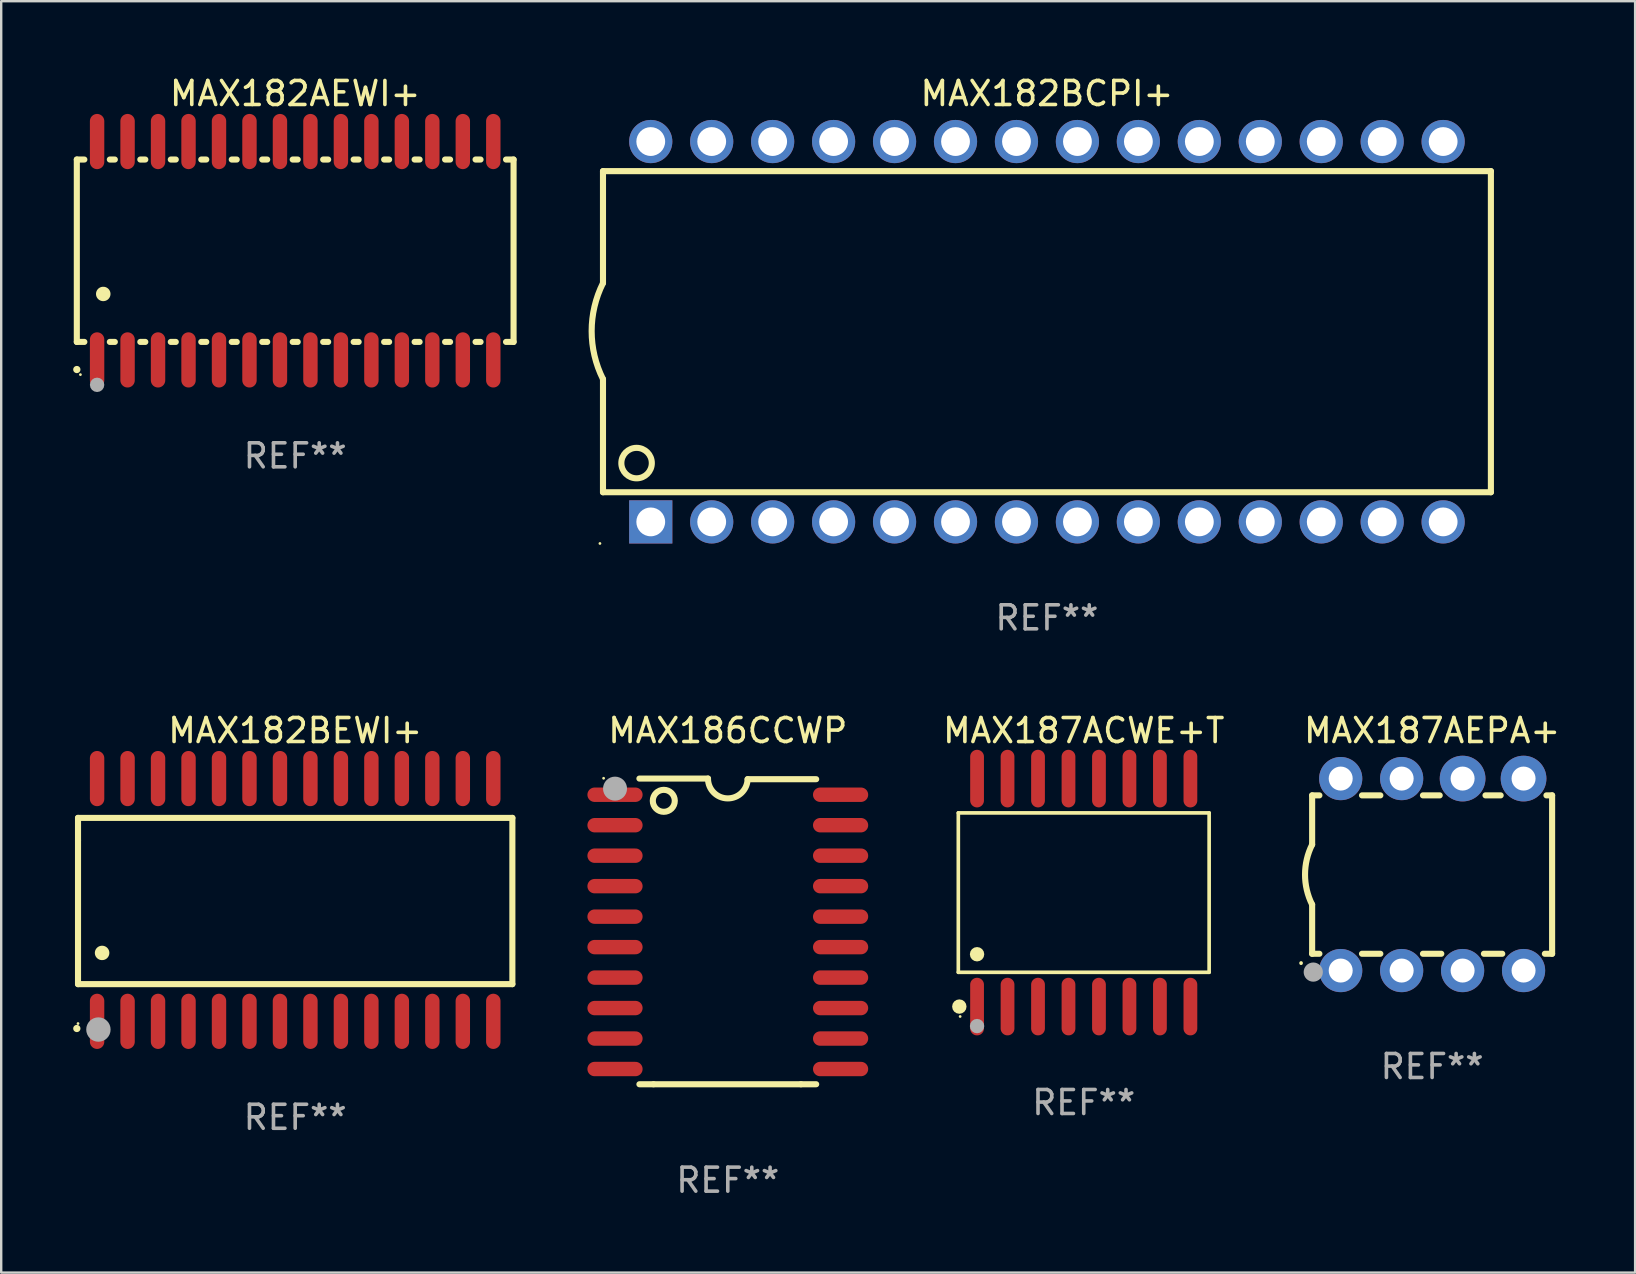
<source format=kicad_pcb>
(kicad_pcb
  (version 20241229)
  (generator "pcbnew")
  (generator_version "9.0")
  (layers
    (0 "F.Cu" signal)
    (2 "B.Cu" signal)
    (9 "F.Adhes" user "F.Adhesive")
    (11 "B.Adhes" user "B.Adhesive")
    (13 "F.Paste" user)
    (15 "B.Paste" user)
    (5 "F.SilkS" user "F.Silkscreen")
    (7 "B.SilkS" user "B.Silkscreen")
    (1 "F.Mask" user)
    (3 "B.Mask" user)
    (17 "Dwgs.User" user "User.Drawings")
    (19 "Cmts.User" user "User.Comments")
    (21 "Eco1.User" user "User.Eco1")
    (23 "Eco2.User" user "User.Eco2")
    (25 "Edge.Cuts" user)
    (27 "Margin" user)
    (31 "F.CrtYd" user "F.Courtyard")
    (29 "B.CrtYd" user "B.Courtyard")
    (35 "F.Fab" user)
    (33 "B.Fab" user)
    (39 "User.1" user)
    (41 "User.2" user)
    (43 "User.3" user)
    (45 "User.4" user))
  (footprint "MAX182AEWI+"
    (layer "F.Cu")
    (at 9.251 7.398)
    (property "Reference" "MAX182AEWI+" (at 0 -6.55 0) (layer "F.SilkS") (effects (font (size 1 1) (thickness 0.15))))
    (attr through_hole)
    (fp_line (start -9.1 -3.8) (end -9.1 3.8) (stroke (width 0.254) (type solid)) (layer "F.SilkS"))
    (fp_line (start -9.1 -3.8) (end -8.786 -3.8) (stroke (width 0.254) (type solid)) (layer "F.SilkS"))
    (fp_line (start -9.1 3.8) (end -8.786 3.8) (stroke (width 0.254) (type solid)) (layer "F.SilkS"))
    (fp_line (start -7.724 -3.8) (end -7.516 -3.8) (stroke (width 0.254) (type solid)) (layer "F.SilkS"))
    (fp_line (start -7.724 3.8) (end -7.516 3.8) (stroke (width 0.254) (type solid)) (layer "F.SilkS"))
    (fp_line (start -6.454 -3.8) (end -6.246 -3.8) (stroke (width 0.254) (type solid)) (layer "F.SilkS"))
    (fp_line (start -6.454 3.8) (end -6.246 3.8) (stroke (width 0.254) (type solid)) (layer "F.SilkS"))
    (fp_line (start -5.184 -3.8) (end -4.976 -3.8) (stroke (width 0.254) (type solid)) (layer "F.SilkS"))
    (fp_line (start -5.184 3.8) (end -4.976 3.8) (stroke (width 0.254) (type solid)) (layer "F.SilkS"))
    (fp_line (start -3.914 -3.8) (end -3.706 -3.8) (stroke (width 0.254) (type solid)) (layer "F.SilkS"))
    (fp_line (start -3.914 3.8) (end -3.706 3.8) (stroke (width 0.254) (type solid)) (layer "F.SilkS"))
    (fp_line (start -2.644 -3.8) (end -2.436 -3.8) (stroke (width 0.254) (type solid)) (layer "F.SilkS"))
    (fp_line (start -2.644 3.8) (end -2.436 3.8) (stroke (width 0.254) (type solid)) (layer "F.SilkS"))
    (fp_line (start -1.374 -3.8) (end -1.166 -3.8) (stroke (width 0.254) (type solid)) (layer "F.SilkS"))
    (fp_line (start -1.374 3.8) (end -1.166 3.8) (stroke (width 0.254) (type solid)) (layer "F.SilkS"))
    (fp_line (start -0.104 -3.8) (end 0.104 -3.8) (stroke (width 0.254) (type solid)) (layer "F.SilkS"))
    (fp_line (start -0.104 3.8) (end 0.104 3.8) (stroke (width 0.254) (type solid)) (layer "F.SilkS"))
    (fp_line (start 1.166 -3.8) (end 1.374 -3.8) (stroke (width 0.254) (type solid)) (layer "F.SilkS"))
    (fp_line (start 1.166 3.8) (end 1.374 3.8) (stroke (width 0.254) (type solid)) (layer "F.SilkS"))
    (fp_line (start 2.436 -3.8) (end 2.644 -3.8) (stroke (width 0.254) (type solid)) (layer "F.SilkS"))
    (fp_line (start 2.436 3.8) (end 2.644 3.8) (stroke (width 0.254) (type solid)) (layer "F.SilkS"))
    (fp_line (start 3.706 -3.8) (end 3.914 -3.8) (stroke (width 0.254) (type solid)) (layer "F.SilkS"))
    (fp_line (start 3.706 3.8) (end 3.914 3.8) (stroke (width 0.254) (type solid)) (layer "F.SilkS"))
    (fp_line (start 4.976 -3.8) (end 5.184 -3.8) (stroke (width 0.254) (type solid)) (layer "F.SilkS"))
    (fp_line (start 4.976 3.8) (end 5.184 3.8) (stroke (width 0.254) (type solid)) (layer "F.SilkS"))
    (fp_line (start 6.246 -3.8) (end 6.454 -3.8) (stroke (width 0.254) (type solid)) (layer "F.SilkS"))
    (fp_line (start 6.246 3.8) (end 6.454 3.8) (stroke (width 0.254) (type solid)) (layer "F.SilkS"))
    (fp_line (start 7.516 -3.8) (end 7.724 -3.8) (stroke (width 0.254) (type solid)) (layer "F.SilkS"))
    (fp_line (start 7.516 3.8) (end 7.724 3.8) (stroke (width 0.254) (type solid)) (layer "F.SilkS"))
    (fp_line (start 8.786 -3.8) (end 9.1 -3.8) (stroke (width 0.254) (type solid)) (layer "F.SilkS"))
    (fp_line (start 8.786 3.8) (end 9.1 3.8) (stroke (width 0.254) (type solid)) (layer "F.SilkS"))
    (fp_line (start 9.1 -3.8) (end 9.1 3.8) (stroke (width 0.254) (type solid)) (layer "F.SilkS"))
    (fp_arc (start -9.100864 4.95047) (mid -9.099594 4.950465) (end -9.098324 4.95047) (stroke (width 0.3) (type solid)) (layer "F.SilkS"))
    (fp_arc (start -8.001041 1.800864) (mid -7.998501 1.800853) (end -7.995961 1.800864) (stroke (width 0.6) (type solid)) (layer "F.SilkS"))
    (fp_circle (center -8.95 5.163) (end -8.92 5.163) (stroke (width 0.06) (type solid)) (fill no) (layer "F.SilkS"))
    (fp_circle (center -8.255 5.588) (end -8.105 5.588) (stroke (width 0.3) (type solid)) (fill no) (layer "F.Fab"))
    (fp_text user "REF**" (at 0 8.55 0) (layer "F.Fab") (effects (font (size 1 1) (thickness 0.15))))
    (pad "1" smd oval (at -8.255 4.55 180) (size 0.6 2.3) (layers "F.Cu" "F.Mask" "F.Paste"))
    (pad "2" smd oval (at -6.985 4.55 180) (size 0.6 2.3) (layers "F.Cu" "F.Mask" "F.Paste"))
    (pad "3" smd oval (at -5.715 4.55 180) (size 0.6 2.3) (layers "F.Cu" "F.Mask" "F.Paste"))
    (pad "4" smd oval (at -4.445 4.55 180) (size 0.6 2.3) (layers "F.Cu" "F.Mask" "F.Paste"))
    (pad "5" smd oval (at -3.175 4.55 180) (size 0.6 2.3) (layers "F.Cu" "F.Mask" "F.Paste"))
    (pad "6" smd oval (at -1.905 4.55 180) (size 0.6 2.3) (layers "F.Cu" "F.Mask" "F.Paste"))
    (pad "7" smd oval (at -0.635 4.55 180) (size 0.6 2.3) (layers "F.Cu" "F.Mask" "F.Paste"))
    (pad "8" smd oval (at 0.635 4.55 180) (size 0.6 2.3) (layers "F.Cu" "F.Mask" "F.Paste"))
    (pad "9" smd oval (at 1.905 4.55 180) (size 0.6 2.3) (layers "F.Cu" "F.Mask" "F.Paste"))
    (pad "10" smd oval (at 3.175 4.55 180) (size 0.6 2.3) (layers "F.Cu" "F.Mask" "F.Paste"))
    (pad "11" smd oval (at 4.445 4.55 180) (size 0.6 2.3) (layers "F.Cu" "F.Mask" "F.Paste"))
    (pad "12" smd oval (at 5.715 4.55 180) (size 0.6 2.3) (layers "F.Cu" "F.Mask" "F.Paste"))
    (pad "13" smd oval (at 6.985 4.55 180) (size 0.6 2.3) (layers "F.Cu" "F.Mask" "F.Paste"))
    (pad "14" smd oval (at 8.255 4.55 180) (size 0.6 2.3) (layers "F.Cu" "F.Mask" "F.Paste"))
    (pad "15" smd oval (at 8.255 -4.55 180) (size 0.6 2.3) (layers "F.Cu" "F.Mask" "F.Paste"))
    (pad "16" smd oval (at 6.985 -4.55 180) (size 0.6 2.3) (layers "F.Cu" "F.Mask" "F.Paste"))
    (pad "17" smd oval (at 5.715 -4.55 180) (size 0.6 2.3) (layers "F.Cu" "F.Mask" "F.Paste"))
    (pad "18" smd oval (at 4.445 -4.55 180) (size 0.6 2.3) (layers "F.Cu" "F.Mask" "F.Paste"))
    (pad "19" smd oval (at 3.175 -4.55 180) (size 0.6 2.3) (layers "F.Cu" "F.Mask" "F.Paste"))
    (pad "20" smd oval (at 1.905 -4.55 180) (size 0.6 2.3) (layers "F.Cu" "F.Mask" "F.Paste"))
    (pad "21" smd oval (at 0.635 -4.55 180) (size 0.6 2.3) (layers "F.Cu" "F.Mask" "F.Paste"))
    (pad "22" smd oval (at -0.635 -4.55 180) (size 0.6 2.3) (layers "F.Cu" "F.Mask" "F.Paste"))
    (pad "23" smd oval (at -1.905 -4.55 180) (size 0.6 2.3) (layers "F.Cu" "F.Mask" "F.Paste"))
    (pad "24" smd oval (at -3.175 -4.55 180) (size 0.6 2.3) (layers "F.Cu" "F.Mask" "F.Paste"))
    (pad "25" smd oval (at -4.445 -4.55 180) (size 0.6 2.3) (layers "F.Cu" "F.Mask" "F.Paste"))
    (pad "26" smd oval (at -5.715 -4.55 180) (size 0.6 2.3) (layers "F.Cu" "F.Mask" "F.Paste"))
    (pad "27" smd oval (at -6.985 -4.55 180) (size 0.6 2.3) (layers "F.Cu" "F.Mask" "F.Paste"))
    (pad "28" smd oval (at -8.255 -4.55 180) (size 0.6 2.3) (layers "F.Cu" "F.Mask" "F.Paste")))
  (footprint "MAX186CCWP"
    (layer "F.Cu")
    (at 27.278 35.763)
    (property "Reference" "MAX186CCWP" (at 0 -8.369 0) (layer "F.SilkS") (effects (font (size 1 1) (thickness 0.15))))
    (attr through_hole)
    (fp_line (start -3.096 6.369) (end -3.683 6.369) (stroke (width 0.254) (type solid)) (layer "F.SilkS"))
    (fp_line (start -0.825 -6.369) (end -3.683 -6.369) (stroke (width 0.254) (type solid)) (layer "F.SilkS"))
    (fp_line (start 0.826 -6.343) (end 3.683 -6.343) (stroke (width 0.254) (type solid)) (layer "F.SilkS"))
    (fp_line (start 3.048 6.369) (end -3.096 6.369) (stroke (width 0.254) (type solid)) (layer "F.SilkS"))
    (fp_line (start 3.048 6.369) (end 3.683 6.369) (stroke (width 0.254) (type solid)) (layer "F.SilkS"))
    (fp_arc (start 0.825527 -6.343129) (mid -0.012478 -5.543126) (end -0.825476 -6.36853) (stroke (width 0.254001) (type solid)) (layer "F.SilkS"))
    (fp_circle (center -5.175 -6.382) (end -5.145 -6.382) (stroke (width 0.06) (type solid)) (fill no) (layer "F.SilkS"))
    (fp_circle (center -2.667 -5.442) (end -2.209 -5.442) (stroke (width 0.254) (type solid)) (fill no) (layer "F.SilkS"))
    (fp_circle (center -4.699 -5.95) (end -4.449 -5.95) (stroke (width 0.5) (type solid)) (fill no) (layer "F.Fab"))
    (fp_text user "REF**" (at 0 10.369 0) (layer "F.Fab") (effects (font (size 1 1) (thickness 0.15))))
    (pad "1" smd oval (at -4.7 -5.696 90) (size 0.6 2.3) (layers "F.Cu" "F.Mask" "F.Paste"))
    (pad "2" smd oval (at -4.7 -4.426 90) (size 0.6 2.3) (layers "F.Cu" "F.Mask" "F.Paste"))
    (pad "3" smd oval (at -4.7 -3.156 90) (size 0.6 2.3) (layers "F.Cu" "F.Mask" "F.Paste"))
    (pad "4" smd oval (at -4.7 -1.886 90) (size 0.6 2.3) (layers "F.Cu" "F.Mask" "F.Paste"))
    (pad "5" smd oval (at -4.7 -0.616 90) (size 0.6 2.3) (layers "F.Cu" "F.Mask" "F.Paste"))
    (pad "6" smd oval (at -4.7 0.654 90) (size 0.6 2.3) (layers "F.Cu" "F.Mask" "F.Paste"))
    (pad "7" smd oval (at -4.7 1.924 90) (size 0.6 2.3) (layers "F.Cu" "F.Mask" "F.Paste"))
    (pad "8" smd oval (at -4.7 3.194 90) (size 0.6 2.3) (layers "F.Cu" "F.Mask" "F.Paste"))
    (pad "9" smd oval (at -4.7 4.464 90) (size 0.6 2.3) (layers "F.Cu" "F.Mask" "F.Paste"))
    (pad "10" smd oval (at -4.7 5.734 90) (size 0.6 2.3) (layers "F.Cu" "F.Mask" "F.Paste"))
    (pad "11" smd oval (at 4.7 5.734 90) (size 0.6 2.3) (layers "F.Cu" "F.Mask" "F.Paste"))
    (pad "12" smd oval (at 4.7 4.464 90) (size 0.6 2.3) (layers "F.Cu" "F.Mask" "F.Paste"))
    (pad "13" smd oval (at 4.7 3.194 90) (size 0.6 2.3) (layers "F.Cu" "F.Mask" "F.Paste"))
    (pad "14" smd oval (at 4.7 1.924 90) (size 0.6 2.3) (layers "F.Cu" "F.Mask" "F.Paste"))
    (pad "15" smd oval (at 4.7 0.654 90) (size 0.6 2.3) (layers "F.Cu" "F.Mask" "F.Paste"))
    (pad "16" smd oval (at 4.7 -0.616 90) (size 0.6 2.3) (layers "F.Cu" "F.Mask" "F.Paste"))
    (pad "17" smd oval (at 4.7 -1.886 90) (size 0.6 2.3) (layers "F.Cu" "F.Mask" "F.Paste"))
    (pad "18" smd oval (at 4.7 -3.156 90) (size 0.6 2.3) (layers "F.Cu" "F.Mask" "F.Paste"))
    (pad "19" smd oval (at 4.7 -4.426 90) (size 0.6 2.3) (layers "F.Cu" "F.Mask" "F.Paste"))
    (pad "20" smd oval (at 4.7 -5.696 90) (size 0.6 2.3) (layers "F.Cu" "F.Mask" "F.Paste")))
  (footprint "MAX187AEPA+"
    (layer "F.Cu")
    (at 56.628 33.394)
    (property "Reference" "MAX187AEPA+" (at 0 -6 0) (layer "F.SilkS") (effects (font (size 1 1) (thickness 0.15))))
    (attr through_hole)
    (fp_line (start -5 -3.3) (end -5 -1.25) (stroke (width 0.254) (type solid)) (layer "F.SilkS"))
    (fp_line (start -5 -3.3) (end -4.698 -3.3) (stroke (width 0.254) (type solid)) (layer "F.SilkS"))
    (fp_line (start -5 3.3) (end -5 1.25) (stroke (width 0.254) (type solid)) (layer "F.SilkS"))
    (fp_line (start -5 3.3) (end -4.698 3.3) (stroke (width 0.254) (type solid)) (layer "F.SilkS"))
    (fp_line (start -2.922 -3.3) (end -2.158 -3.3) (stroke (width 0.254) (type solid)) (layer "F.SilkS"))
    (fp_line (start -2.922 3.3) (end -2.158 3.3) (stroke (width 0.254) (type solid)) (layer "F.SilkS"))
    (fp_line (start -0.382 -3.3) (end 0.316 -3.3) (stroke (width 0.254) (type solid)) (layer "F.SilkS"))
    (fp_line (start -0.382 3.3) (end 0.382 3.3) (stroke (width 0.254) (type solid)) (layer "F.SilkS"))
    (fp_line (start 2.158 3.3) (end 2.922 3.3) (stroke (width 0.254) (type solid)) (layer "F.SilkS"))
    (fp_line (start 2.224 -3.3) (end 2.856 -3.3) (stroke (width 0.254) (type solid)) (layer "F.SilkS"))
    (fp_line (start 4.698 3.3) (end 5 3.3) (stroke (width 0.254) (type solid)) (layer "F.SilkS"))
    (fp_line (start 4.764 -3.3) (end 5 -3.3) (stroke (width 0.254) (type solid)) (layer "F.SilkS"))
    (fp_line (start 5 -3.3) (end 5 3.3) (stroke (width 0.254) (type solid)) (layer "F.SilkS"))
    (fp_arc (start -5.46124 3.694259) (mid -5.461175 3.688632) (end -5.460986 3.683007) (stroke (width 0.149987) (type solid)) (layer "F.SilkS"))
    (fp_arc (start -5.00127 1.249682) (mid -5.295892 -0.000313) (end -5.000025 -1.250013) (stroke (width 0.254001) (type solid)) (layer "F.SilkS"))
    (fp_circle (center -4.795 4.237) (end -4.765 4.237) (stroke (width 0.06) (type solid)) (fill no) (layer "F.SilkS"))
    (fp_circle (center -4.953 4.064) (end -4.753 4.064) (stroke (width 0.4) (type solid)) (fill no) (layer "F.Fab"))
    (fp_text user "REF**" (at 0 8 0) (layer "F.Fab") (effects (font (size 1 1) (thickness 0.15))))
    (pad "1" thru_hole circle (at -3.81 4) (size 1.8 1.8) (drill 1) (layers "*.Cu" "*.Mask"))
    (pad "2" thru_hole circle (at -1.27 4) (size 1.8 1.8) (drill 1) (layers "*.Cu" "*.Mask"))
    (pad "3" thru_hole circle (at 1.27 4) (size 1.8 1.8) (drill 1) (layers "*.Cu" "*.Mask"))
    (pad "4" thru_hole circle (at 3.81 4) (size 1.8 1.8) (drill 1) (layers "*.Cu" "*.Mask"))
    (pad "5" thru_hole circle (at 3.81 -4) (size 1.905 1.905) (drill 1) (layers "*.Cu" "*.Mask"))
    (pad "6" thru_hole circle (at 1.27 -4) (size 1.905 1.905) (drill 1) (layers "*.Cu" "*.Mask"))
    (pad "7" thru_hole circle (at -1.27 -4) (size 1.8 1.8) (drill 1) (layers "*.Cu" "*.Mask"))
    (pad "8" thru_hole circle (at -3.81 -4) (size 1.8 1.8) (drill 1) (layers "*.Cu" "*.Mask")))
  (footprint "MAX182BEWI+"
    (layer "F.Cu")
    (at 9.251 34.452)
    (property "Reference" "MAX182BEWI+" (at 0 -7.058 0) (layer "F.SilkS") (effects (font (size 1 1) (thickness 0.15))))
    (attr through_hole)
    (fp_line (start -9.05 -3.42) (end 9.05 -3.42) (stroke (width 0.254) (type solid)) (layer "F.SilkS"))
    (fp_line (start -9.05 -2.492) (end -9.05 -3.42) (stroke (width 0.254) (type solid)) (layer "F.SilkS"))
    (fp_line (start -9.05 3.508) (end -9.05 -2.492) (stroke (width 0.254) (type solid)) (layer "F.SilkS"))
    (fp_line (start 9.05 -3.42) (end 9.05 3.508) (stroke (width 0.254) (type solid)) (layer "F.SilkS"))
    (fp_line (start 9.05 3.508) (end -9.05 3.508) (stroke (width 0.254) (type solid)) (layer "F.SilkS"))
    (fp_arc (start -9.100838 5.35649) (mid -9.099568 5.356485) (end -9.098298 5.35649) (stroke (width 0.3) (type solid)) (layer "F.SilkS"))
    (fp_arc (start -8.049276 2.206883) (mid -8.046736 2.206872) (end -8.044196 2.206883) (stroke (width 0.6) (type solid)) (layer "F.SilkS"))
    (fp_circle (center -9.05 5.15) (end -9.02 5.15) (stroke (width 0.06) (type solid)) (fill no) (layer "F.SilkS"))
    (fp_circle (center -8.2 5.4) (end -7.946 5.4) (stroke (width 0.508) (type solid)) (fill no) (layer "F.Fab"))
    (fp_text user "REF**" (at 0 9.058 0) (layer "F.Fab") (effects (font (size 1 1) (thickness 0.15))))
    (pad "1" smd oval (at -8.255 5.058 180) (size 0.6 2.3) (layers "F.Cu" "F.Mask" "F.Paste"))
    (pad "2" smd oval (at -6.985 5.058 180) (size 0.6 2.3) (layers "F.Cu" "F.Mask" "F.Paste"))
    (pad "3" smd oval (at -5.715 5.058 180) (size 0.6 2.3) (layers "F.Cu" "F.Mask" "F.Paste"))
    (pad "4" smd oval (at -4.445 5.058 180) (size 0.6 2.3) (layers "F.Cu" "F.Mask" "F.Paste"))
    (pad "5" smd oval (at -3.175 5.058 180) (size 0.6 2.3) (layers "F.Cu" "F.Mask" "F.Paste"))
    (pad "6" smd oval (at -1.905 5.058 180) (size 0.6 2.3) (layers "F.Cu" "F.Mask" "F.Paste"))
    (pad "7" smd oval (at -0.635 5.058 180) (size 0.6 2.3) (layers "F.Cu" "F.Mask" "F.Paste"))
    (pad "8" smd oval (at 0.635 5.058 180) (size 0.6 2.3) (layers "F.Cu" "F.Mask" "F.Paste"))
    (pad "9" smd oval (at 1.905 5.058 180) (size 0.6 2.3) (layers "F.Cu" "F.Mask" "F.Paste"))
    (pad "10" smd oval (at 3.175 5.058 180) (size 0.6 2.3) (layers "F.Cu" "F.Mask" "F.Paste"))
    (pad "11" smd oval (at 4.445 5.058 180) (size 0.6 2.3) (layers "F.Cu" "F.Mask" "F.Paste"))
    (pad "12" smd oval (at 5.715 5.058 180) (size 0.6 2.3) (layers "F.Cu" "F.Mask" "F.Paste"))
    (pad "13" smd oval (at 6.985 5.058 180) (size 0.6 2.3) (layers "F.Cu" "F.Mask" "F.Paste"))
    (pad "14" smd oval (at 8.255 5.058 180) (size 0.6 2.3) (layers "F.Cu" "F.Mask" "F.Paste"))
    (pad "15" smd oval (at 8.255 -5.058 180) (size 0.6 2.3) (layers "F.Cu" "F.Mask" "F.Paste"))
    (pad "16" smd oval (at 6.985 -5.058 180) (size 0.6 2.3) (layers "F.Cu" "F.Mask" "F.Paste"))
    (pad "17" smd oval (at 5.715 -5.058 180) (size 0.6 2.3) (layers "F.Cu" "F.Mask" "F.Paste"))
    (pad "18" smd oval (at 4.445 -5.058 180) (size 0.6 2.3) (layers "F.Cu" "F.Mask" "F.Paste"))
    (pad "19" smd oval (at 3.175 -5.058 180) (size 0.6 2.3) (layers "F.Cu" "F.Mask" "F.Paste"))
    (pad "20" smd oval (at 1.905 -5.058 180) (size 0.6 2.3) (layers "F.Cu" "F.Mask" "F.Paste"))
    (pad "21" smd oval (at 0.635 -5.058 180) (size 0.6 2.3) (layers "F.Cu" "F.Mask" "F.Paste"))
    (pad "22" smd oval (at -0.635 -5.058 180) (size 0.6 2.3) (layers "F.Cu" "F.Mask" "F.Paste"))
    (pad "23" smd oval (at -1.905 -5.058 180) (size 0.6 2.3) (layers "F.Cu" "F.Mask" "F.Paste"))
    (pad "24" smd oval (at -3.175 -5.058 180) (size 0.6 2.3) (layers "F.Cu" "F.Mask" "F.Paste"))
    (pad "25" smd oval (at -4.445 -5.058 180) (size 0.6 2.3) (layers "F.Cu" "F.Mask" "F.Paste"))
    (pad "26" smd oval (at -5.715 -5.058 180) (size 0.6 2.3) (layers "F.Cu" "F.Mask" "F.Paste"))
    (pad "27" smd oval (at -6.985 -5.058 180) (size 0.6 2.3) (layers "F.Cu" "F.Mask" "F.Paste"))
    (pad "28" smd oval (at -8.255 -5.058 180) (size 0.6 2.3) (layers "F.Cu" "F.Mask" "F.Paste")))
  (footprint "MAX187ACWE+T"
    (layer "F.Cu")
    (at 42.11 34.145)
    (property "Reference" "MAX187ACWE+T" (at 0 -6.75 0) (layer "F.SilkS") (effects (font (size 1 1) (thickness 0.15))))
    (attr through_hole)
    (fp_line (start -5.226 -3.321) (end 5.226 -3.321) (stroke (width 0.152) (type solid)) (layer "F.SilkS"))
    (fp_line (start -5.226 3.321) (end -5.226 -3.321) (stroke (width 0.152) (type solid)) (layer "F.SilkS"))
    (fp_line (start 5.226 -3.321) (end 5.226 3.321) (stroke (width 0.152) (type solid)) (layer "F.SilkS"))
    (fp_line (start 5.226 3.321) (end -5.226 3.321) (stroke (width 0.152) (type solid)) (layer "F.SilkS"))
    (fp_circle (center -5.184 4.75) (end -5.034 4.75) (stroke (width 0.3) (type solid)) (fill no) (layer "F.SilkS"))
    (fp_circle (center -5.15 5.163) (end -5.12 5.163) (stroke (width 0.06) (type solid)) (fill no) (layer "F.SilkS"))
    (fp_circle (center -4.445 2.569) (end -4.295 2.569) (stroke (width 0.3) (type solid)) (fill no) (layer "F.SilkS"))
    (fp_circle (center -4.445 5.563) (end -4.295 5.563) (stroke (width 0.3) (type solid)) (fill no) (layer "F.Fab"))
    (fp_text user "REF**" (at 0 8.75 0) (layer "F.Fab") (effects (font (size 1 1) (thickness 0.15))))
    (pad "1" smd oval (at -4.445 4.75) (size 0.574 2.401) (layers "F.Cu" "F.Mask" "F.Paste"))
    (pad "2" smd oval (at -3.175 4.75) (size 0.574 2.401) (layers "F.Cu" "F.Mask" "F.Paste"))
    (pad "3" smd oval (at -1.905 4.75) (size 0.574 2.401) (layers "F.Cu" "F.Mask" "F.Paste"))
    (pad "4" smd oval (at -0.635 4.75) (size 0.574 2.401) (layers "F.Cu" "F.Mask" "F.Paste"))
    (pad "5" smd oval (at 0.635 4.75) (size 0.574 2.401) (layers "F.Cu" "F.Mask" "F.Paste"))
    (pad "6" smd oval (at 1.905 4.75) (size 0.574 2.401) (layers "F.Cu" "F.Mask" "F.Paste"))
    (pad "7" smd oval (at 3.175 4.75) (size 0.574 2.401) (layers "F.Cu" "F.Mask" "F.Paste"))
    (pad "8" smd oval (at 4.445 4.75) (size 0.574 2.401) (layers "F.Cu" "F.Mask" "F.Paste"))
    (pad "9" smd oval (at 4.445 -4.75) (size 0.574 2.401) (layers "F.Cu" "F.Mask" "F.Paste"))
    (pad "10" smd oval (at 3.175 -4.75) (size 0.574 2.401) (layers "F.Cu" "F.Mask" "F.Paste"))
    (pad "11" smd oval (at 1.905 -4.75) (size 0.574 2.401) (layers "F.Cu" "F.Mask" "F.Paste"))
    (pad "12" smd oval (at 0.635 -4.75) (size 0.574 2.401) (layers "F.Cu" "F.Mask" "F.Paste"))
    (pad "13" smd oval (at -0.635 -4.75) (size 0.574 2.401) (layers "F.Cu" "F.Mask" "F.Paste"))
    (pad "14" smd oval (at -1.905 -4.75) (size 0.574 2.401) (layers "F.Cu" "F.Mask" "F.Paste"))
    (pad "15" smd oval (at -3.175 -4.75) (size 0.574 2.401) (layers "F.Cu" "F.Mask" "F.Paste"))
    (pad "16" smd oval (at -4.445 -4.75) (size 0.574 2.401) (layers "F.Cu" "F.Mask" "F.Paste")))
  (footprint "MAX182BCPI+"
    (layer "F.Cu")
    (at 40.577 10.773)
    (property "Reference" "MAX182BCPI+" (at 0 -9.925 0) (layer "F.SilkS") (effects (font (size 1 1) (thickness 0.15))))
    (attr through_hole)
    (fp_line (start -18.5 -6.692) (end -18.5 -2.026) (stroke (width 0.254) (type solid)) (layer "F.SilkS"))
    (fp_line (start -18.5 6.689) (end -18.5 1.974) (stroke (width 0.254) (type solid)) (layer "F.SilkS"))
    (fp_line (start -18.5 6.689) (end 18.5 6.689) (stroke (width 0.254) (type solid)) (layer "F.SilkS"))
    (fp_line (start 18.5 -6.692) (end -18.5 -6.692) (stroke (width 0.254) (type solid)) (layer "F.SilkS"))
    (fp_line (start 18.5 6.689) (end 18.5 -6.692) (stroke (width 0.254) (type solid)) (layer "F.SilkS"))
    (fp_arc (start -18.500051 1.974346) (mid -18.972187 -0.025654) (end -18.500051 -2.025654) (stroke (width 0.254001) (type solid)) (layer "F.SilkS"))
    (fp_circle (center -18.627 8.824) (end -18.597 8.824) (stroke (width 0.06) (type solid)) (fill no) (layer "F.SilkS"))
    (fp_circle (center -17.1 5.474) (end -16.465 5.474) (stroke (width 0.254) (type solid)) (fill no) (layer "F.SilkS"))
    (fp_text user "REF**" (at 0 11.925 0) (layer "F.Fab") (effects (font (size 1 1) (thickness 0.15))))
    (pad "1" thru_hole rect (at -16.51 7.925) (size 1.8 1.8) (drill 1.2) (layers "*.Cu" "*.Mask"))
    (pad "2" thru_hole circle (at -13.97 7.924) (size 1.8 1.8) (drill 1.2) (layers "*.Cu" "*.Mask"))
    (pad "3" thru_hole circle (at -11.43 7.924) (size 1.8 1.8) (drill 1.2) (layers "*.Cu" "*.Mask"))
    (pad "4" thru_hole circle (at -8.89 7.924) (size 1.8 1.8) (drill 1.2) (layers "*.Cu" "*.Mask"))
    (pad "5" thru_hole circle (at -6.35 7.924) (size 1.8 1.8) (drill 1.2) (layers "*.Cu" "*.Mask"))
    (pad "6" thru_hole circle (at -3.81 7.924) (size 1.8 1.8) (drill 1.2) (layers "*.Cu" "*.Mask"))
    (pad "7" thru_hole circle (at -1.27 7.924) (size 1.8 1.8) (drill 1.2) (layers "*.Cu" "*.Mask"))
    (pad "8" thru_hole circle (at 1.27 7.924) (size 1.8 1.8) (drill 1.2) (layers "*.Cu" "*.Mask"))
    (pad "9" thru_hole circle (at 3.81 7.924) (size 1.8 1.8) (drill 1.2) (layers "*.Cu" "*.Mask"))
    (pad "10" thru_hole circle (at 6.35 7.924) (size 1.8 1.8) (drill 1.2) (layers "*.Cu" "*.Mask"))
    (pad "11" thru_hole circle (at 8.89 7.924) (size 1.8 1.8) (drill 1.2) (layers "*.Cu" "*.Mask"))
    (pad "12" thru_hole circle (at 11.43 7.924) (size 1.8 1.8) (drill 1.2) (layers "*.Cu" "*.Mask"))
    (pad "13" thru_hole circle (at 13.97 7.924) (size 1.8 1.8) (drill 1.2) (layers "*.Cu" "*.Mask"))
    (pad "14" thru_hole circle (at 16.51 7.924) (size 1.8 1.8) (drill 1.2) (layers "*.Cu" "*.Mask"))
    (pad "15" thru_hole circle (at 16.51 -7.925) (size 1.8 1.8) (drill 1.2) (layers "*.Cu" "*.Mask"))
    (pad "16" thru_hole circle (at 13.97 -7.925) (size 1.8 1.8) (drill 1.2) (layers "*.Cu" "*.Mask"))
    (pad "17" thru_hole circle (at 11.43 -7.925) (size 1.8 1.8) (drill 1.2) (layers "*.Cu" "*.Mask"))
    (pad "18" thru_hole circle (at 8.89 -7.925) (size 1.8 1.8) (drill 1.2) (layers "*.Cu" "*.Mask"))
    (pad "19" thru_hole circle (at 6.35 -7.925) (size 1.8 1.8) (drill 1.2) (layers "*.Cu" "*.Mask"))
    (pad "20" thru_hole circle (at 3.81 -7.925) (size 1.8 1.8) (drill 1.2) (layers "*.Cu" "*.Mask"))
    (pad "21" thru_hole circle (at 1.27 -7.925) (size 1.8 1.8) (drill 1.2) (layers "*.Cu" "*.Mask"))
    (pad "22" thru_hole circle (at -1.27 -7.925) (size 1.8 1.8) (drill 1.2) (layers "*.Cu" "*.Mask"))
    (pad "23" thru_hole circle (at -3.81 -7.925) (size 1.8 1.8) (drill 1.2) (layers "*.Cu" "*.Mask"))
    (pad "24" thru_hole circle (at -6.35 -7.925) (size 1.8 1.8) (drill 1.2) (layers "*.Cu" "*.Mask"))
    (pad "25" thru_hole circle (at -8.89 -7.925) (size 1.8 1.8) (drill 1.2) (layers "*.Cu" "*.Mask"))
    (pad "26" thru_hole circle (at -11.43 -7.925) (size 1.8 1.8) (drill 1.2) (layers "*.Cu" "*.Mask"))
    (pad "27" thru_hole circle (at -13.97 -7.925) (size 1.8 1.8) (drill 1.2) (layers "*.Cu" "*.Mask"))
    (pad "28" thru_hole circle (at -16.51 -7.925) (size 1.8 1.8) (drill 1.2) (layers "*.Cu" "*.Mask")))
  (gr_rect
    (start -3 -3)
    (end 65.087 49.98)
    (stroke (width 0.1) (type default))
    (fill no)
    (layer "Edge.Cuts")))
</source>
